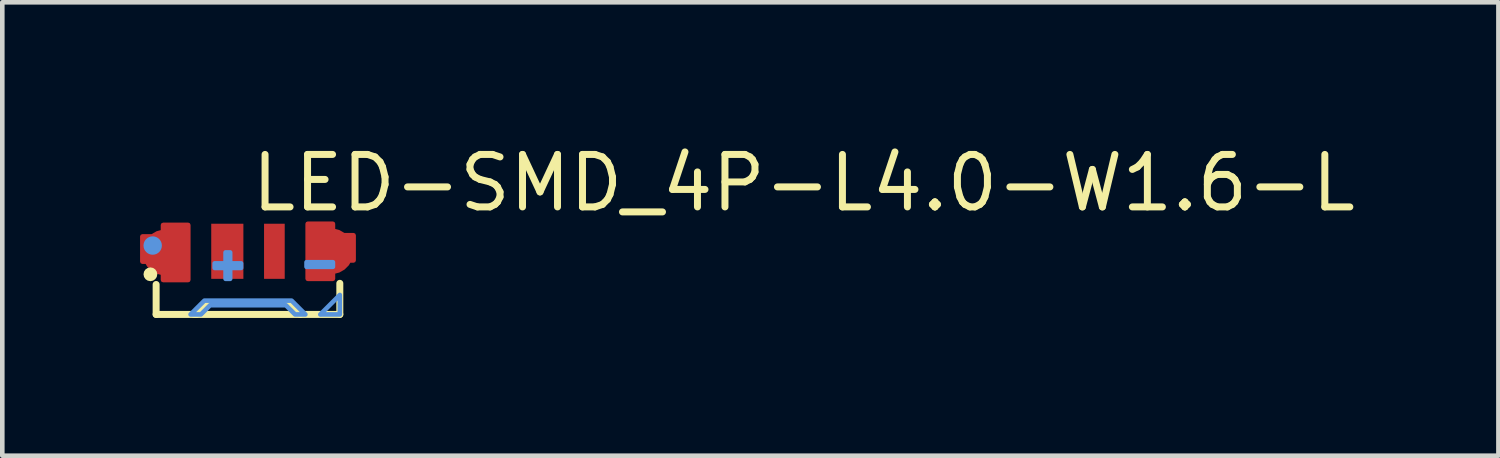
<source format=kicad_pcb>
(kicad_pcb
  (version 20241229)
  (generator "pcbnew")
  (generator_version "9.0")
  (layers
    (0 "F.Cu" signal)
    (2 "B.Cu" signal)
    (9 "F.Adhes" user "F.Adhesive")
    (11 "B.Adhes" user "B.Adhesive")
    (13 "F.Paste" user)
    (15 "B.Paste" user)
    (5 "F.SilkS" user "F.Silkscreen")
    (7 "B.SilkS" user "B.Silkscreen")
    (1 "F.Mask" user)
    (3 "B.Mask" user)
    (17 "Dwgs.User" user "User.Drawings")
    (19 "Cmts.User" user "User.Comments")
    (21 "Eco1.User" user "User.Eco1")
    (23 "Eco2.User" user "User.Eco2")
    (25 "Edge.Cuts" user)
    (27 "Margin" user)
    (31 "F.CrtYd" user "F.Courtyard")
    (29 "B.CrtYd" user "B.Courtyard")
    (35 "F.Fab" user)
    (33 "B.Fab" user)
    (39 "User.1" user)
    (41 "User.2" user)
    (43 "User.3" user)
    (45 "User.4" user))
  (footprint "LED-SMD_4P-L4.0-W1.6-L"
    (layer "F.Cu")
    (at 2.35 2.435)
    (property "Reference" "LED-SMD_4P-L4.0-W1.6-L" (at 0 -1.5 0) (layer "F.SilkS") (effects (font (size 1.143 1.143) (thickness 0.152)) (justify left)))
    (attr smd)
    (fp_line (start -2 1.362) (end -2 0.71) (stroke (width 0.152) (type solid)) (layer "F.SilkS"))
    (fp_line (start -1.172 1.362) (end -1.125 1.362) (stroke (width 0.152) (type solid)) (layer "F.SilkS"))
    (fp_line (start -1.125 1.362) (end -0.875 1.112) (stroke (width 0.152) (type solid)) (layer "F.SilkS"))
    (fp_line (start -0.875 1.112) (end 0.888 1.112) (stroke (width 0.152) (type solid)) (layer "F.SilkS"))
    (fp_line (start 0.888 1.112) (end 1.138 1.362) (stroke (width 0.152) (type solid)) (layer "F.SilkS"))
    (fp_line (start 2 0.685) (end 2 1.362) (stroke (width 0.152) (type solid)) (layer "F.SilkS"))
    (fp_line (start 2 1.362) (end -2 1.362) (stroke (width 0.152) (type solid)) (layer "F.SilkS"))
    (fp_circle (center -2.125 0.488) (end -2.05 0.488) (stroke (width 0.15) (type solid)) (fill no) (layer "F.SilkS"))
    (fp_circle (center -2.075 -0.138) (end -1.975 -0.138) (stroke (width 0.2) (type solid)) (fill no) (layer "Cmts.User"))
    (fp_poly (pts (xy 2 1.362) (xy 2 0.938) (xy 1.575 1.363)) (stroke (width 0.1) (type solid)) (fill no) (layer "Cmts.User"))
    (fp_poly (pts (xy -0.725 0.35) (xy -0.725 0.25) (xy -0.15 0.25) (xy -0.15 0.35) (xy -0.725 0.35)) (stroke (width 0.1) (type solid)) (fill no) (layer "Cmts.User"))
    (fp_poly (pts (xy -0.388 0.587) (xy -0.488 0.587) (xy -0.488 0.012) (xy -0.388 0.012) (xy -0.388 0.587)) (stroke (width 0.1) (type solid)) (fill no) (layer "Cmts.User"))
    (fp_poly (pts (xy 1.275 0.325) (xy 1.275 0.225) (xy 1.85 0.225) (xy 1.85 0.325) (xy 1.275 0.325)) (stroke (width 0.1) (type solid)) (fill no) (layer "Cmts.User"))
    (fp_poly (pts (xy -1.25 1.362) (xy -1.025 1.362) (xy -0.825 1.162) (xy 0.825 1.162) (xy 1.025 1.362) (xy 1.25 1.362) (xy 0.95 1.062) (xy -0.95 1.062)) (stroke (width 0.1) (type solid)) (fill no) (layer "Cmts.User"))
    (pad "1" smd custom (at -1.8 0.013) (size 1 1.2) (layers "F.Cu" "F.Mask" "F.Paste") (options (anchor circle)) (primitives (gr_poly (pts (xy 0.5 -0.6) (xy 0.5 0.6) (xy -0.05 0.6) (xy -0.05 0.2) (xy -0.5 0.2) (xy -0.5 -0.35) (xy -0.05 -0.35) (xy -0.05 -0.6)) (width 0.1) (fill yes))))
    (pad "2" smd rect (at -0.45 -0.013) (size 0.7 1.2) (layers "F.Cu" "F.Mask" "F.Paste"))
    (pad "3" smd rect (at 0.575 -0.013) (size 0.45 1.2) (layers "F.Cu" "F.Mask" "F.Paste"))
    (pad "4" smd custom (at 1.8 -0.013) (size 1 1.2) (layers "F.Cu" "F.Mask" "F.Paste") (options (anchor circle)) (primitives (gr_poly (pts (xy -0.5 -0.6) (xy -0.5 0.6) (xy 0.05 0.6) (xy 0.05 0.2) (xy 0.5 0.2) (xy 0.5 -0.35) (xy 0.05 -0.35) (xy 0.05 -0.6)) (width 0.1) (fill yes)))))
  (gr_rect
    (start -3 -3)
    (end 29.58 6.873)
    (stroke (width 0.1) (type default))
    (fill no)
    (layer "Edge.Cuts")))
</source>
